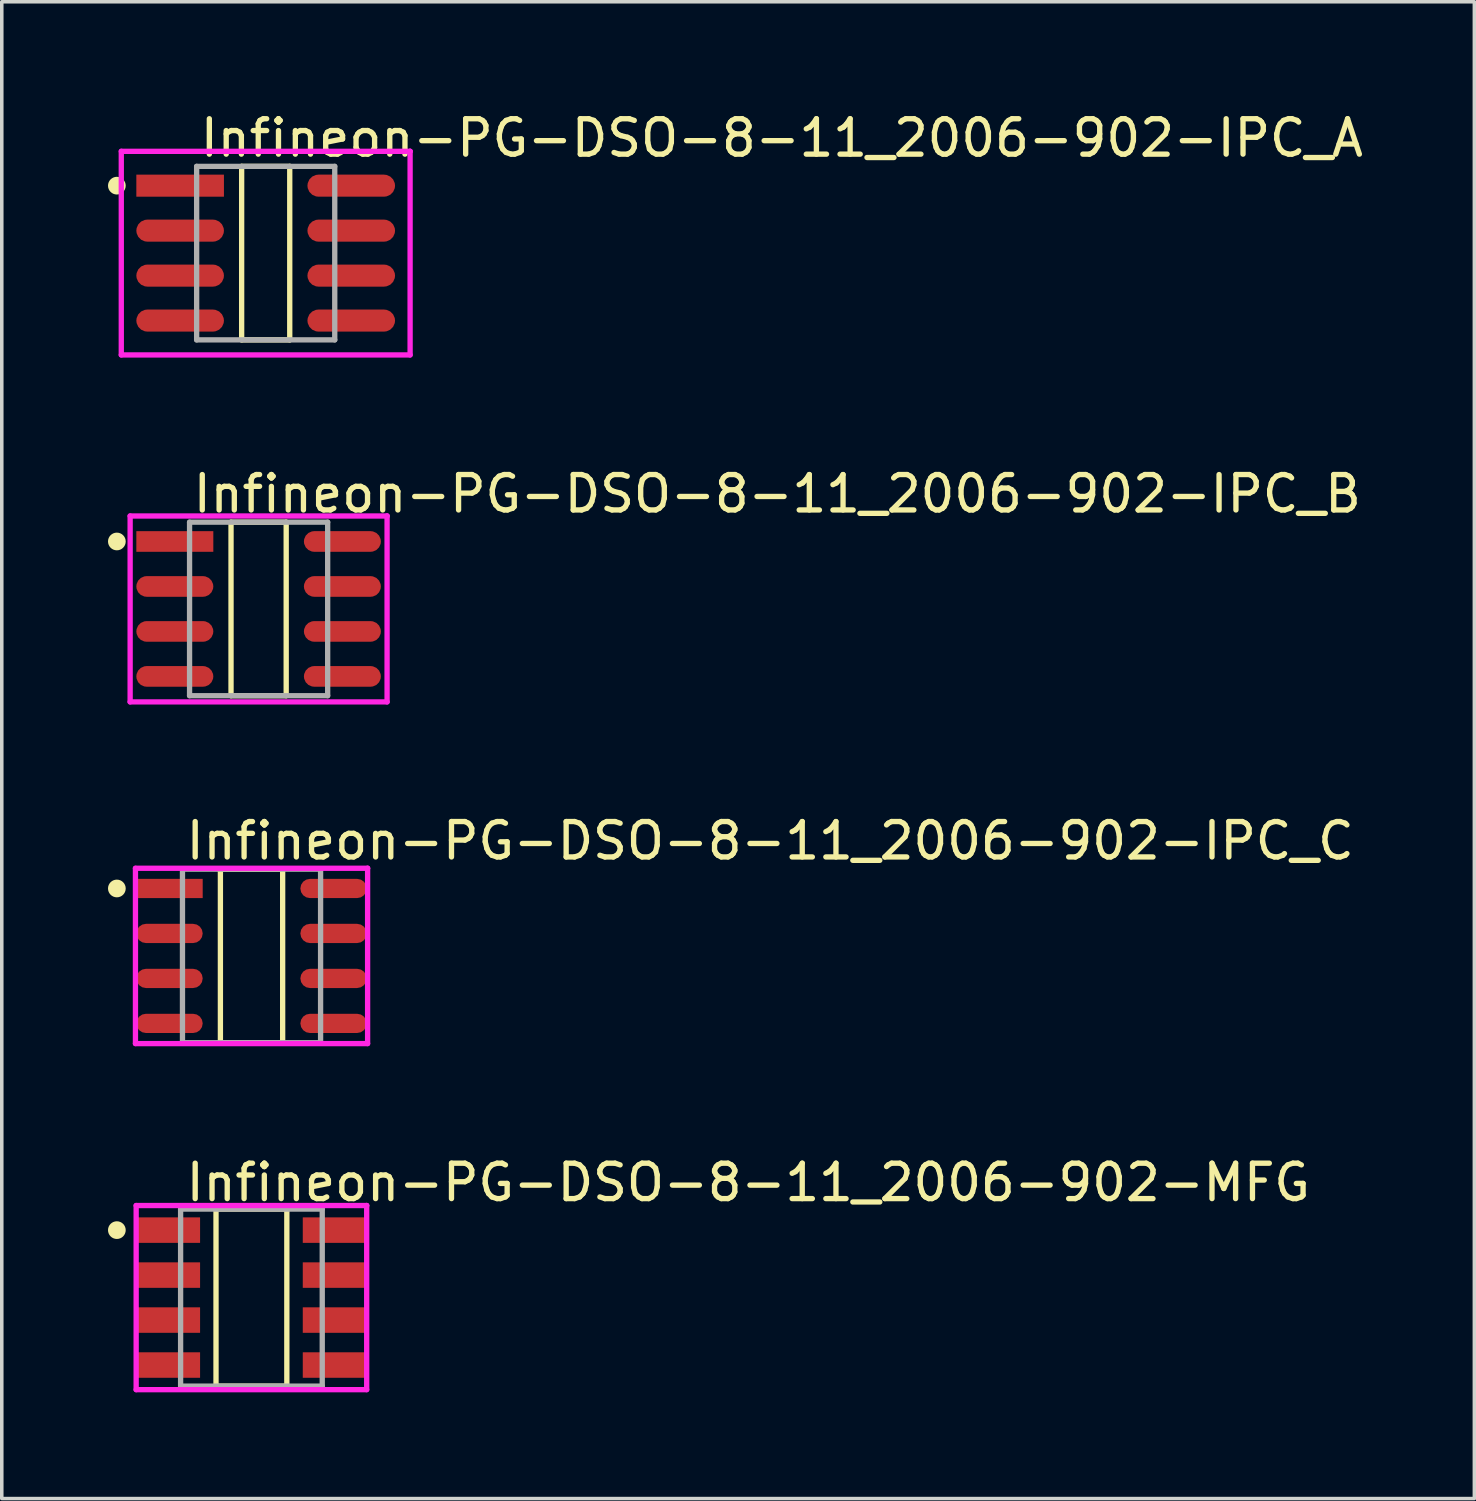
<source format=kicad_pcb>
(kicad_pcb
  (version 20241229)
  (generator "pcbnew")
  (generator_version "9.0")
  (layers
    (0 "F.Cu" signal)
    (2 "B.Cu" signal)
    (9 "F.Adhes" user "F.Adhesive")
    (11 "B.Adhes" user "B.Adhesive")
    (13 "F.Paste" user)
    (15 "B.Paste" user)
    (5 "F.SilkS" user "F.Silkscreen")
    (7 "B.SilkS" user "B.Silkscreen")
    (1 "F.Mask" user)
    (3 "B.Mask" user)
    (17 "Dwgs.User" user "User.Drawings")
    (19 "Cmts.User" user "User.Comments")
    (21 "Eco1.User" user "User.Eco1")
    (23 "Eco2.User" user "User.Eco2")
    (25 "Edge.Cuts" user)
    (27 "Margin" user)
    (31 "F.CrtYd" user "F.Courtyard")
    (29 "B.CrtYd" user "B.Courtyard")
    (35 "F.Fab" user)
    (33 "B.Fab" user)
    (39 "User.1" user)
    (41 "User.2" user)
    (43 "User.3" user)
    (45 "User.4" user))
  (footprint "Infineon-PG-DSO-8-11_2006-902-MFG"
    (layer "F.Cu")
    (at 4.05 33.593)
    (property "Reference" "Infineon-PG-DSO-8-11_2006-902-MFG" (at -1.925 -3.25 0) (layer "F.SilkS") (effects (font (size 1 1) (thickness 0.15)) (justify left)))
    (attr through_hole)
    (fp_line (start -1 -2.5) (end 1 -2.5) (stroke (width 0.15) (type solid)) (layer "F.SilkS"))
    (fp_line (start -1 2.5) (end -1 -2.5) (stroke (width 0.15) (type solid)) (layer "F.SilkS"))
    (fp_line (start -1 2.5) (end 1 2.5) (stroke (width 0.15) (type solid)) (layer "F.SilkS"))
    (fp_line (start 1 2.5) (end 1 -2.5) (stroke (width 0.15) (type solid)) (layer "F.SilkS"))
    (fp_circle (center -3.8 -1.905) (end -3.675 -1.905) (stroke (width 0.25) (type solid)) (fill no) (layer "F.SilkS"))
    (fp_line (start -3.255 -2.6) (end -3.255 2.6) (stroke (width 0.15) (type solid)) (layer "F.CrtYd"))
    (fp_line (start -3.255 2.6) (end 3.255 2.6) (stroke (width 0.15) (type solid)) (layer "F.CrtYd"))
    (fp_line (start 3.255 -2.6) (end -3.255 -2.6) (stroke (width 0.15) (type solid)) (layer "F.CrtYd"))
    (fp_line (start 3.255 -2.6) (end 3.255 -2.6) (stroke (width 0.15) (type solid)) (layer "F.CrtYd"))
    (fp_line (start 3.255 2.6) (end 3.255 -2.6) (stroke (width 0.15) (type solid)) (layer "F.CrtYd"))
    (fp_line (start -2 -2.5) (end 2 -2.5) (stroke (width 0.15) (type solid)) (layer "F.Fab"))
    (fp_line (start -2 2.5) (end -2 -2.5) (stroke (width 0.15) (type solid)) (layer "F.Fab"))
    (fp_line (start 2 -2.5) (end 2 2.5) (stroke (width 0.15) (type solid)) (layer "F.Fab"))
    (fp_line (start 2 2.5) (end -2 2.5) (stroke (width 0.15) (type solid)) (layer "F.Fab"))
    (pad "1" smd rect (at -2.34 -1.905) (size 1.78 0.72) (layers "F.Cu" "F.Mask" "F.Paste"))
    (pad "2" smd rect (at -2.34 -0.635) (size 1.78 0.72) (layers "F.Cu" "F.Mask" "F.Paste"))
    (pad "3" smd rect (at -2.34 0.635) (size 1.78 0.72) (layers "F.Cu" "F.Mask" "F.Paste"))
    (pad "4" smd rect (at -2.34 1.905) (size 1.78 0.72) (layers "F.Cu" "F.Mask" "F.Paste"))
    (pad "5" smd rect (at 2.34 1.905) (size 1.78 0.72) (layers "F.Cu" "F.Mask" "F.Paste"))
    (pad "6" smd rect (at 2.34 0.635) (size 1.78 0.72) (layers "F.Cu" "F.Mask" "F.Paste"))
    (pad "7" smd rect (at 2.34 -0.635) (size 1.78 0.72) (layers "F.Cu" "F.Mask" "F.Paste"))
    (pad "8" smd rect (at 2.34 -1.905) (size 1.78 0.72) (layers "F.Cu" "F.Mask" "F.Paste")))
  (footprint "Infineon-PG-DSO-8-11_2006-902-IPC_B"
    (layer "F.Cu")
    (at 4.253 14.146)
    (property "Reference" "Infineon-PG-DSO-8-11_2006-902-IPC_B" (at -1.928 -3.25 0) (layer "F.SilkS") (effects (font (size 1 1) (thickness 0.15)) (justify left)))
    (attr through_hole)
    (fp_line (start -0.779 -2.45) (end 0.779 -2.45) (stroke (width 0.15) (type solid)) (layer "F.SilkS"))
    (fp_line (start -0.779 2.45) (end -0.779 -2.45) (stroke (width 0.15) (type solid)) (layer "F.SilkS"))
    (fp_line (start 0.779 -2.45) (end 0.779 2.45) (stroke (width 0.15) (type solid)) (layer "F.SilkS"))
    (fp_line (start 0.779 2.45) (end -0.779 2.45) (stroke (width 0.15) (type solid)) (layer "F.SilkS"))
    (fp_circle (center -4.003 -1.905) (end -3.878 -1.905) (stroke (width 0.25) (type solid)) (fill no) (layer "F.SilkS"))
    (fp_line (start -3.628 -2.625) (end -3.628 2.625) (stroke (width 0.15) (type solid)) (layer "F.CrtYd"))
    (fp_line (start -3.628 2.625) (end 3.628 2.625) (stroke (width 0.15) (type solid)) (layer "F.CrtYd"))
    (fp_line (start 3.628 -2.625) (end -3.628 -2.625) (stroke (width 0.15) (type solid)) (layer "F.CrtYd"))
    (fp_line (start 3.628 -2.625) (end 3.628 -2.625) (stroke (width 0.15) (type solid)) (layer "F.CrtYd"))
    (fp_line (start 3.628 2.625) (end 3.628 -2.625) (stroke (width 0.15) (type solid)) (layer "F.CrtYd"))
    (fp_line (start -1.95 -2.45) (end 1.95 -2.45) (stroke (width 0.15) (type solid)) (layer "F.Fab"))
    (fp_line (start -1.95 2.45) (end -1.95 -2.45) (stroke (width 0.15) (type solid)) (layer "F.Fab"))
    (fp_line (start 1.95 -2.45) (end 1.95 2.45) (stroke (width 0.15) (type solid)) (layer "F.Fab"))
    (fp_line (start 1.95 2.45) (end -1.95 2.45) (stroke (width 0.15) (type solid)) (layer "F.Fab"))
    (pad "1" smd rect (at -2.366 -1.905) (size 2.174 0.583) (layers "F.Cu" "F.Mask" "F.Paste"))
    (pad "2" smd roundrect (at -2.366 -0.635) (size 2.174 0.583) (layers "F.Cu" "F.Mask" "F.Paste") (roundrect_rratio 0.5))
    (pad "3" smd roundrect (at -2.366 0.635) (size 2.174 0.583) (layers "F.Cu" "F.Mask" "F.Paste") (roundrect_rratio 0.5))
    (pad "4" smd roundrect (at -2.366 1.905) (size 2.174 0.583) (layers "F.Cu" "F.Mask" "F.Paste") (roundrect_rratio 0.5))
    (pad "5" smd roundrect (at 2.366 1.905) (size 2.174 0.583) (layers "F.Cu" "F.Mask" "F.Paste") (roundrect_rratio 0.5))
    (pad "6" smd roundrect (at 2.366 0.635) (size 2.174 0.583) (layers "F.Cu" "F.Mask" "F.Paste") (roundrect_rratio 0.5))
    (pad "7" smd roundrect (at 2.366 -0.635) (size 2.174 0.583) (layers "F.Cu" "F.Mask" "F.Paste") (roundrect_rratio 0.5))
    (pad "8" smd roundrect (at 2.366 -1.905) (size 2.174 0.583) (layers "F.Cu" "F.Mask" "F.Paste") (roundrect_rratio 0.5)))
  (footprint "Infineon-PG-DSO-8-11_2006-902-IPC_A"
    (layer "F.Cu")
    (at 4.453 4.098)
    (property "Reference" "Infineon-PG-DSO-8-11_2006-902-IPC_A" (at -1.928 -3.25 0) (layer "F.SilkS") (effects (font (size 1 1) (thickness 0.15)) (justify left)))
    (attr through_hole)
    (fp_line (start -0.679 -2.45) (end 0.679 -2.45) (stroke (width 0.15) (type solid)) (layer "F.SilkS"))
    (fp_line (start -0.679 2.45) (end -0.679 -2.45) (stroke (width 0.15) (type solid)) (layer "F.SilkS"))
    (fp_line (start 0.679 -2.45) (end 0.679 2.45) (stroke (width 0.15) (type solid)) (layer "F.SilkS"))
    (fp_line (start 0.679 2.45) (end -0.679 2.45) (stroke (width 0.15) (type solid)) (layer "F.SilkS"))
    (fp_circle (center -4.203 -1.905) (end -4.078 -1.905) (stroke (width 0.25) (type solid)) (fill no) (layer "F.SilkS"))
    (fp_line (start -4.078 -2.875) (end -4.078 2.875) (stroke (width 0.15) (type solid)) (layer "F.CrtYd"))
    (fp_line (start -4.078 2.875) (end 4.078 2.875) (stroke (width 0.15) (type solid)) (layer "F.CrtYd"))
    (fp_line (start 4.078 -2.875) (end -4.078 -2.875) (stroke (width 0.15) (type solid)) (layer "F.CrtYd"))
    (fp_line (start 4.078 -2.875) (end 4.078 -2.875) (stroke (width 0.15) (type solid)) (layer "F.CrtYd"))
    (fp_line (start 4.078 2.875) (end 4.078 -2.875) (stroke (width 0.15) (type solid)) (layer "F.CrtYd"))
    (fp_line (start -1.95 -2.45) (end 1.95 -2.45) (stroke (width 0.15) (type solid)) (layer "F.Fab"))
    (fp_line (start -1.95 2.45) (end -1.95 -2.45) (stroke (width 0.15) (type solid)) (layer "F.Fab"))
    (fp_line (start 1.95 -2.45) (end 1.95 2.45) (stroke (width 0.15) (type solid)) (layer "F.Fab"))
    (fp_line (start 1.95 2.45) (end -1.95 2.45) (stroke (width 0.15) (type solid)) (layer "F.Fab"))
    (pad "1" smd rect (at -2.416 -1.905) (size 2.474 0.623) (layers "F.Cu" "F.Mask" "F.Paste"))
    (pad "2" smd roundrect (at -2.416 -0.635) (size 2.474 0.623) (layers "F.Cu" "F.Mask" "F.Paste") (roundrect_rratio 0.5))
    (pad "3" smd roundrect (at -2.416 0.635) (size 2.474 0.623) (layers "F.Cu" "F.Mask" "F.Paste") (roundrect_rratio 0.5))
    (pad "4" smd roundrect (at -2.416 1.905) (size 2.474 0.623) (layers "F.Cu" "F.Mask" "F.Paste") (roundrect_rratio 0.5))
    (pad "5" smd roundrect (at 2.416 1.905) (size 2.474 0.623) (layers "F.Cu" "F.Mask" "F.Paste") (roundrect_rratio 0.5))
    (pad "6" smd roundrect (at 2.416 0.635) (size 2.474 0.623) (layers "F.Cu" "F.Mask" "F.Paste") (roundrect_rratio 0.5))
    (pad "7" smd roundrect (at 2.416 -0.635) (size 2.474 0.623) (layers "F.Cu" "F.Mask" "F.Paste") (roundrect_rratio 0.5))
    (pad "8" smd roundrect (at 2.416 -1.905) (size 2.474 0.623) (layers "F.Cu" "F.Mask" "F.Paste") (roundrect_rratio 0.5)))
  (footprint "Infineon-PG-DSO-8-11_2006-902-IPC_C"
    (layer "F.Cu")
    (at 4.053 23.945)
    (property "Reference" "Infineon-PG-DSO-8-11_2006-902-IPC_C" (at -1.928 -3.25 0) (layer "F.SilkS") (effects (font (size 1 1) (thickness 0.15)) (justify left)))
    (attr through_hole)
    (fp_line (start -0.879 -2.45) (end 0.879 -2.45) (stroke (width 0.15) (type solid)) (layer "F.SilkS"))
    (fp_line (start -0.879 2.45) (end -0.879 -2.45) (stroke (width 0.15) (type solid)) (layer "F.SilkS"))
    (fp_line (start 0.879 -2.45) (end 0.879 2.45) (stroke (width 0.15) (type solid)) (layer "F.SilkS"))
    (fp_line (start 0.879 2.45) (end -0.879 2.45) (stroke (width 0.15) (type solid)) (layer "F.SilkS"))
    (fp_circle (center -3.803 -1.905) (end -3.678 -1.905) (stroke (width 0.25) (type solid)) (fill no) (layer "F.SilkS"))
    (fp_line (start -3.278 -2.475) (end -3.278 2.475) (stroke (width 0.15) (type solid)) (layer "F.CrtYd"))
    (fp_line (start -3.278 2.475) (end 3.278 2.475) (stroke (width 0.15) (type solid)) (layer "F.CrtYd"))
    (fp_line (start 3.278 -2.475) (end -3.278 -2.475) (stroke (width 0.15) (type solid)) (layer "F.CrtYd"))
    (fp_line (start 3.278 -2.475) (end 3.278 -2.475) (stroke (width 0.15) (type solid)) (layer "F.CrtYd"))
    (fp_line (start 3.278 2.475) (end 3.278 -2.475) (stroke (width 0.15) (type solid)) (layer "F.CrtYd"))
    (fp_line (start -1.95 -2.45) (end 1.95 -2.45) (stroke (width 0.15) (type solid)) (layer "F.Fab"))
    (fp_line (start -1.95 2.45) (end -1.95 -2.45) (stroke (width 0.15) (type solid)) (layer "F.Fab"))
    (fp_line (start 1.95 -2.45) (end 1.95 2.45) (stroke (width 0.15) (type solid)) (layer "F.Fab"))
    (fp_line (start 1.95 2.45) (end -1.95 2.45) (stroke (width 0.15) (type solid)) (layer "F.Fab"))
    (pad "1" smd rect (at -2.316 -1.905) (size 1.874 0.543) (layers "F.Cu" "F.Mask" "F.Paste"))
    (pad "2" smd roundrect (at -2.316 -0.635) (size 1.874 0.543) (layers "F.Cu" "F.Mask" "F.Paste") (roundrect_rratio 0.5))
    (pad "3" smd roundrect (at -2.316 0.635) (size 1.874 0.543) (layers "F.Cu" "F.Mask" "F.Paste") (roundrect_rratio 0.5))
    (pad "4" smd roundrect (at -2.316 1.905) (size 1.874 0.543) (layers "F.Cu" "F.Mask" "F.Paste") (roundrect_rratio 0.5))
    (pad "5" smd roundrect (at 2.316 1.905) (size 1.874 0.543) (layers "F.Cu" "F.Mask" "F.Paste") (roundrect_rratio 0.5))
    (pad "6" smd roundrect (at 2.316 0.635) (size 1.874 0.543) (layers "F.Cu" "F.Mask" "F.Paste") (roundrect_rratio 0.5))
    (pad "7" smd roundrect (at 2.316 -0.635) (size 1.874 0.543) (layers "F.Cu" "F.Mask" "F.Paste") (roundrect_rratio 0.5))
    (pad "8" smd roundrect (at 2.316 -1.905) (size 1.874 0.543) (layers "F.Cu" "F.Mask" "F.Paste") (roundrect_rratio 0.5)))
  (gr_rect
    (start -3 -3)
    (end 38.585 39.268)
    (stroke (width 0.1) (type default))
    (fill no)
    (layer "Edge.Cuts")))
</source>
